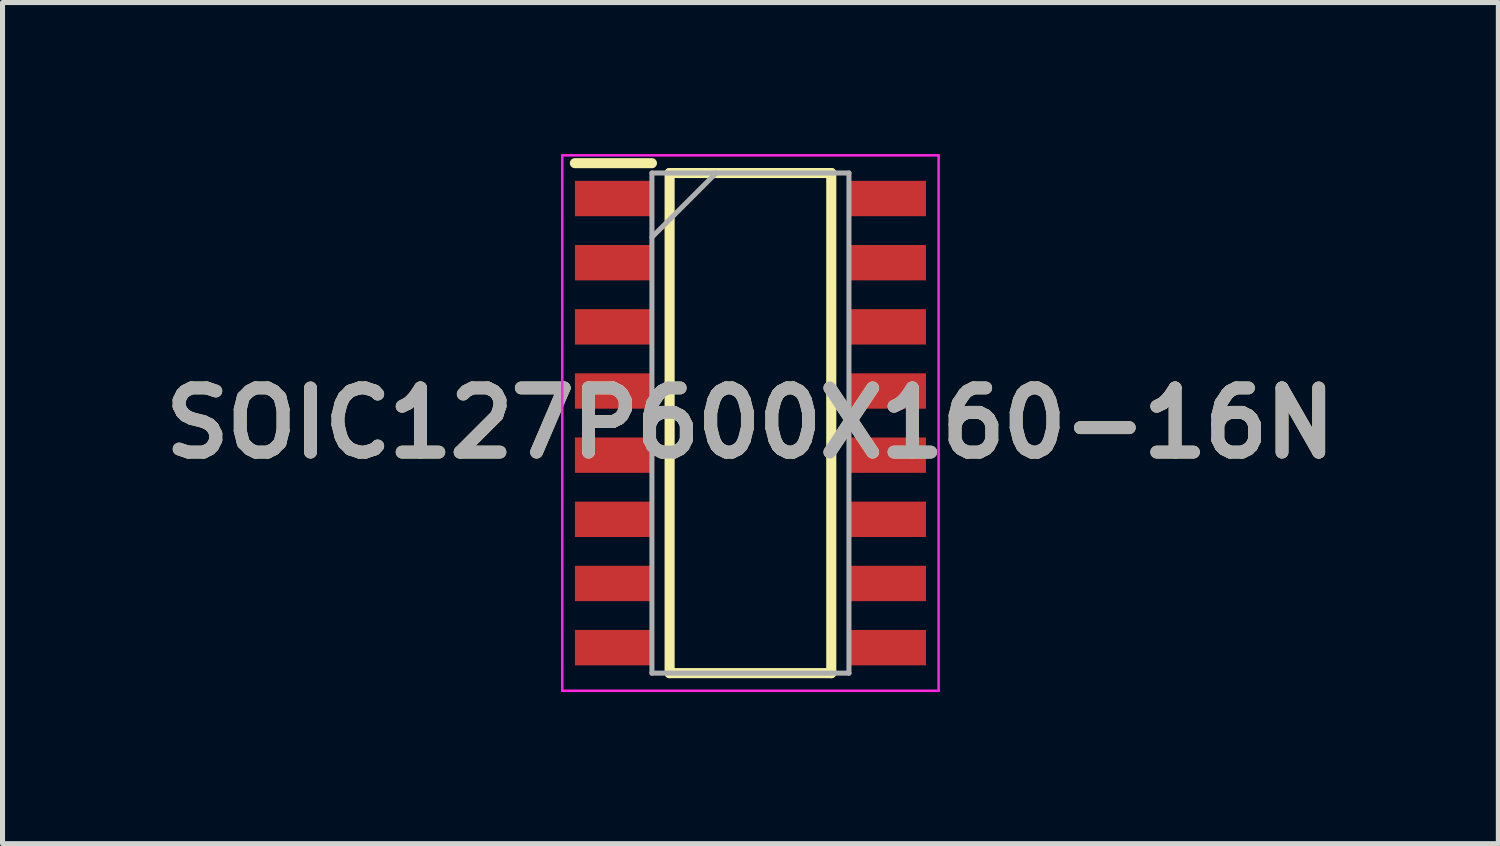
<source format=kicad_pcb>
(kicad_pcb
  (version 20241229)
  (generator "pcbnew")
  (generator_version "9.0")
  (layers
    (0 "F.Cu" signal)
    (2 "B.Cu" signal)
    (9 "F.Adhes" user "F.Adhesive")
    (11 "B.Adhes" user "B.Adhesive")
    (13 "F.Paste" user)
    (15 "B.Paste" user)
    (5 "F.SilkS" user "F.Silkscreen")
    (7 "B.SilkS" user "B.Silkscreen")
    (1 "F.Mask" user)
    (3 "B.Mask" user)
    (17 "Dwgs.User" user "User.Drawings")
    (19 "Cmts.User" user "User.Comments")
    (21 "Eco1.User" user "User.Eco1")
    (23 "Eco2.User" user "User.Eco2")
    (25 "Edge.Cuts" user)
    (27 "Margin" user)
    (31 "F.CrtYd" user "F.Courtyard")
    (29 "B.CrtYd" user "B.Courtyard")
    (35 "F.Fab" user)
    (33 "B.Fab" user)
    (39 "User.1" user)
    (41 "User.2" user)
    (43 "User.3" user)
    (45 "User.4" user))
  (footprint "SOIC127P600X160-16N"
    (layer "F.Cu")
    (at 11.805 5.325)
    (property "Reference" "SOIC127P600X160-16N" (at 0 0 0) (layer "F.SilkS") (effects (font (size 1.27 1.27) (thickness 0.254))))
    (attr smd)
    (fp_line (start -3.475 -5.145) (end -1.95 -5.145) (stroke (width 0.2) (type solid)) (layer "F.SilkS"))
    (fp_line (start -1.6 -4.95) (end 1.6 -4.95) (stroke (width 0.2) (type solid)) (layer "F.SilkS"))
    (fp_line (start -1.6 4.95) (end -1.6 -4.95) (stroke (width 0.2) (type solid)) (layer "F.SilkS"))
    (fp_line (start 1.6 -4.95) (end 1.6 4.95) (stroke (width 0.2) (type solid)) (layer "F.SilkS"))
    (fp_line (start 1.6 4.95) (end -1.6 4.95) (stroke (width 0.2) (type solid)) (layer "F.SilkS"))
    (fp_line (start -3.725 -5.3) (end 3.725 -5.3) (stroke (width 0.05) (type solid)) (layer "F.CrtYd"))
    (fp_line (start -3.725 5.3) (end -3.725 -5.3) (stroke (width 0.05) (type solid)) (layer "F.CrtYd"))
    (fp_line (start 3.725 -5.3) (end 3.725 5.3) (stroke (width 0.05) (type solid)) (layer "F.CrtYd"))
    (fp_line (start 3.725 5.3) (end -3.725 5.3) (stroke (width 0.05) (type solid)) (layer "F.CrtYd"))
    (fp_line (start -1.95 -4.95) (end 1.95 -4.95) (stroke (width 0.1) (type solid)) (layer "F.Fab"))
    (fp_line (start -1.95 -3.68) (end -0.68 -4.95) (stroke (width 0.1) (type solid)) (layer "F.Fab"))
    (fp_line (start -1.95 4.95) (end -1.95 -4.95) (stroke (width 0.1) (type solid)) (layer "F.Fab"))
    (fp_line (start 1.95 -4.95) (end 1.95 4.95) (stroke (width 0.1) (type solid)) (layer "F.Fab"))
    (fp_line (start 1.95 4.95) (end -1.95 4.95) (stroke (width 0.1) (type solid)) (layer "F.Fab"))
    (fp_text user "${REFERENCE}" (at 0 0 0) (layer "F.Fab") (effects (font (size 1.27 1.27) (thickness 0.254))))
    (pad "1" smd rect (at -2.712 -4.445 90) (size 0.7 1.525) (layers "F.Cu" "F.Mask" "F.Paste"))
    (pad "2" smd rect (at -2.712 -3.175 90) (size 0.7 1.525) (layers "F.Cu" "F.Mask" "F.Paste"))
    (pad "3" smd rect (at -2.712 -1.905 90) (size 0.7 1.525) (layers "F.Cu" "F.Mask" "F.Paste"))
    (pad "4" smd rect (at -2.712 -0.635 90) (size 0.7 1.525) (layers "F.Cu" "F.Mask" "F.Paste"))
    (pad "5" smd rect (at -2.712 0.635 90) (size 0.7 1.525) (layers "F.Cu" "F.Mask" "F.Paste"))
    (pad "6" smd rect (at -2.712 1.905 90) (size 0.7 1.525) (layers "F.Cu" "F.Mask" "F.Paste"))
    (pad "7" smd rect (at -2.712 3.175 90) (size 0.7 1.525) (layers "F.Cu" "F.Mask" "F.Paste"))
    (pad "8" smd rect (at -2.712 4.445 90) (size 0.7 1.525) (layers "F.Cu" "F.Mask" "F.Paste"))
    (pad "9" smd rect (at 2.712 4.445 90) (size 0.7 1.525) (layers "F.Cu" "F.Mask" "F.Paste"))
    (pad "10" smd rect (at 2.712 3.175 90) (size 0.7 1.525) (layers "F.Cu" "F.Mask" "F.Paste"))
    (pad "11" smd rect (at 2.712 1.905 90) (size 0.7 1.525) (layers "F.Cu" "F.Mask" "F.Paste"))
    (pad "12" smd rect (at 2.712 0.635 90) (size 0.7 1.525) (layers "F.Cu" "F.Mask" "F.Paste"))
    (pad "13" smd rect (at 2.712 -0.635 90) (size 0.7 1.525) (layers "F.Cu" "F.Mask" "F.Paste"))
    (pad "14" smd rect (at 2.712 -1.905 90) (size 0.7 1.525) (layers "F.Cu" "F.Mask" "F.Paste"))
    (pad "15" smd rect (at 2.712 -3.175 90) (size 0.7 1.525) (layers "F.Cu" "F.Mask" "F.Paste"))
    (pad "16" smd rect (at 2.712 -4.445 90) (size 0.7 1.525) (layers "F.Cu" "F.Mask" "F.Paste")))
  (gr_rect
    (start -3 -3)
    (end 26.61 13.65)
    (stroke (width 0.1) (type default))
    (fill no)
    (layer "Edge.Cuts")))
</source>
